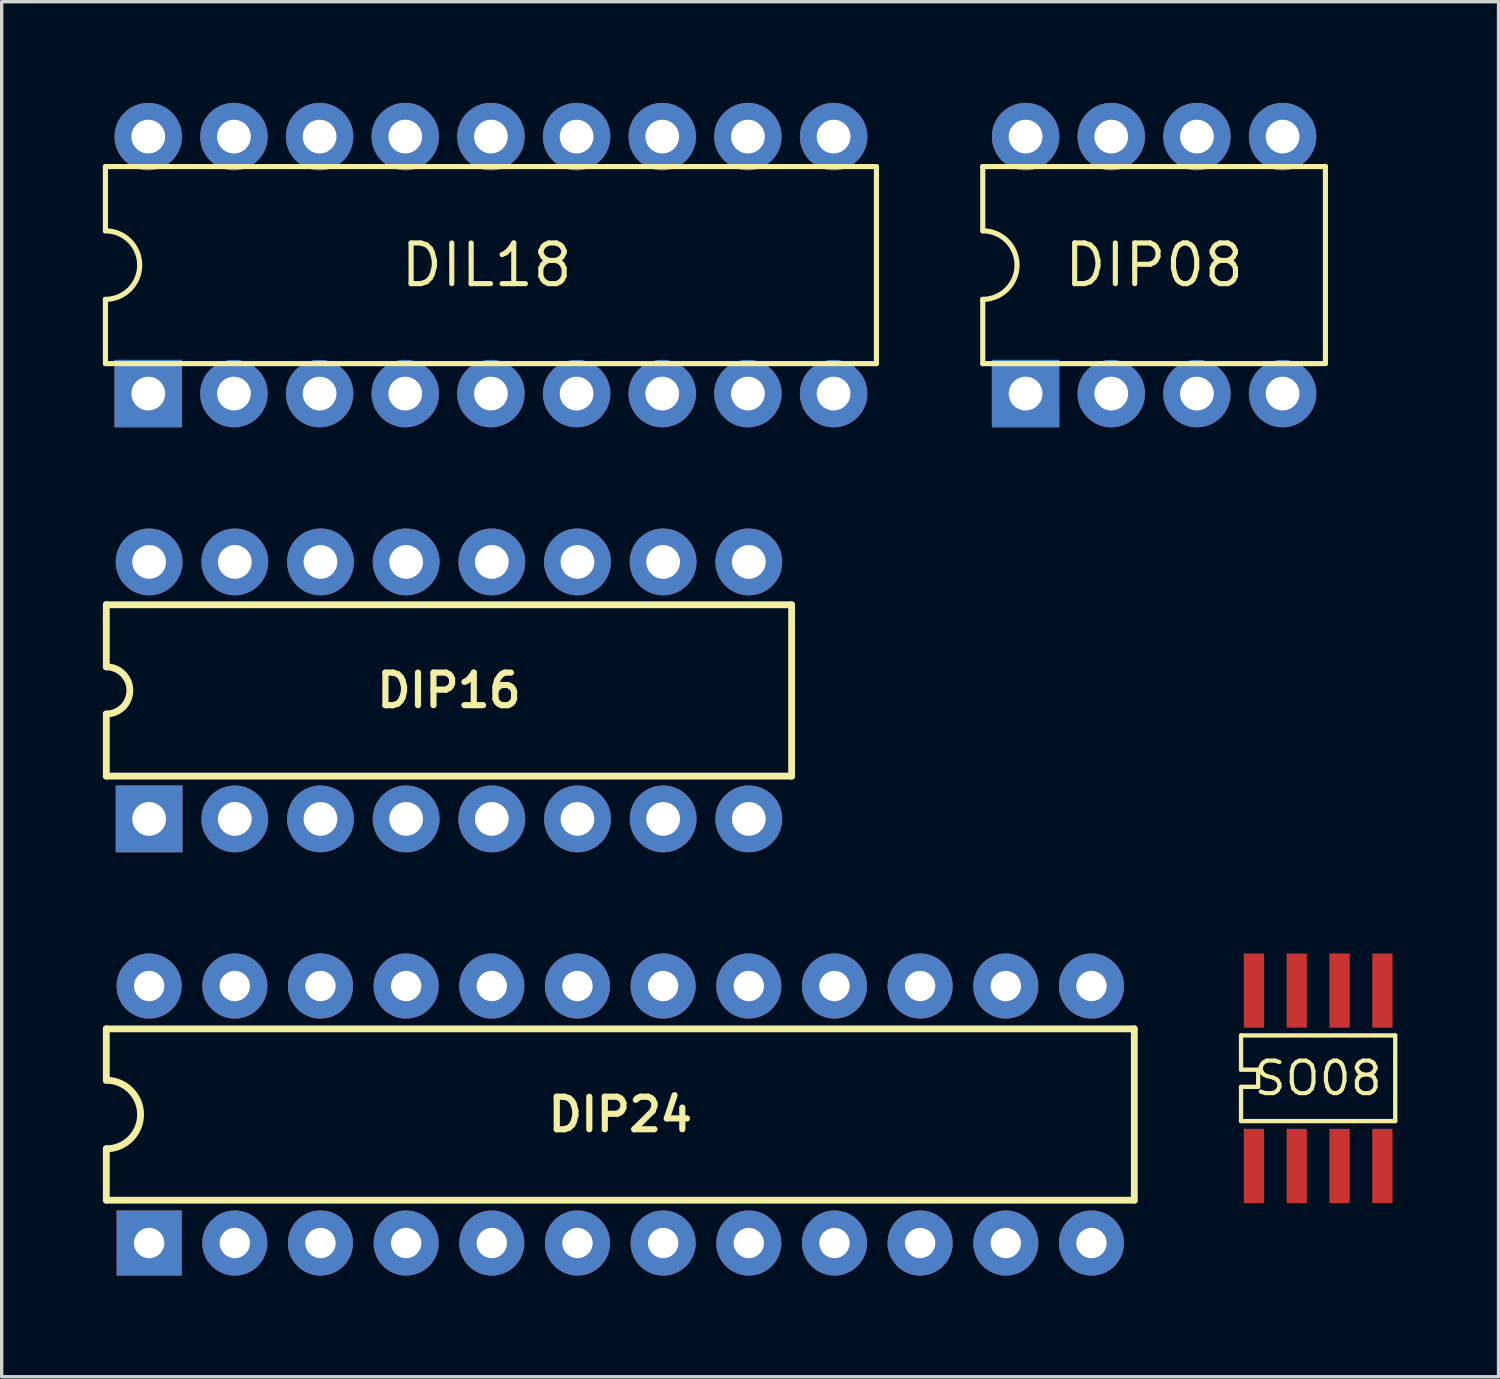
<source format=kicad_pcb>
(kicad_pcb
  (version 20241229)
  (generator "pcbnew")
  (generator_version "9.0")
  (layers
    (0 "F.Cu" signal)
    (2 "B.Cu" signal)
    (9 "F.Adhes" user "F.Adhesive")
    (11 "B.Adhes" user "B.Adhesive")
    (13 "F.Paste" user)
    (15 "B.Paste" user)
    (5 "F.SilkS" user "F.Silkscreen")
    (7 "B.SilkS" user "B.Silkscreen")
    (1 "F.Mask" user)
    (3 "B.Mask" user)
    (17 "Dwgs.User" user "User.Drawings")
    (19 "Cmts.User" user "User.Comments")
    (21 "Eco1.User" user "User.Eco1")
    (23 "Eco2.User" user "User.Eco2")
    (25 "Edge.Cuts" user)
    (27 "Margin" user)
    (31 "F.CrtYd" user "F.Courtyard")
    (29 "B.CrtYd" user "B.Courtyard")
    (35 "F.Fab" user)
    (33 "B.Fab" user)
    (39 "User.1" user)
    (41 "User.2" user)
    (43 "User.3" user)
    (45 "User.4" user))
  (footprint "DIP08"
    (layer "F.Cu")
    (at 31.169 4.81)
    (property "Reference" "DIP08" (at 0 0 0) (layer "F.SilkS") (effects (font (size 1.206 1.206) (thickness 0.152))))
    (attr through_hole)
    (fp_line (start -5.08 -2.921) (end -5.08 -1.016) (stroke (width 0.152) (type solid)) (layer "F.SilkS"))
    (fp_line (start -5.08 2.921) (end -5.08 1.016) (stroke (width 0.152) (type solid)) (layer "F.SilkS"))
    (fp_line (start -5.08 2.921) (end 5.08 2.921) (stroke (width 0.152) (type solid)) (layer "F.SilkS"))
    (fp_line (start 5.08 -2.921) (end -5.08 -2.921) (stroke (width 0.152) (type solid)) (layer "F.SilkS"))
    (fp_line (start 5.08 -2.921) (end 5.08 2.921) (stroke (width 0.152) (type solid)) (layer "F.SilkS"))
    (fp_arc (start -5.08 -1.016) (mid -4.064 0) (end -5.08 1.016) (stroke (width 0.1524) (type solid)) (layer "F.SilkS"))
    (pad "1" thru_hole rect (at -3.81 3.81 90) (size 2 2) (drill 1) (layers "*.Cu" "*.Mask"))
    (pad "2" thru_hole oval (at -1.27 3.81 90) (size 2 2) (drill 1) (layers "*.Cu" "*.Mask"))
    (pad "3" thru_hole oval (at 1.27 3.81 90) (size 2 2) (drill 1) (layers "*.Cu" "*.Mask"))
    (pad "4" thru_hole oval (at 3.81 3.81 90) (size 2 2) (drill 1) (layers "*.Cu" "*.Mask"))
    (pad "5" thru_hole oval (at 3.81 -3.81 90) (size 2 2) (drill 1) (layers "*.Cu" "*.Mask"))
    (pad "6" thru_hole oval (at 1.27 -3.81 90) (size 2 2) (drill 1) (layers "*.Cu" "*.Mask"))
    (pad "7" thru_hole oval (at -1.27 -3.81 90) (size 2 2) (drill 1) (layers "*.Cu" "*.Mask"))
    (pad "8" thru_hole oval (at -3.81 -3.81 90) (size 2 2) (drill 1) (layers "*.Cu" "*.Mask")))
  (footprint "DIP24"
    (layer "F.Cu")
    (at 15.342 29.996)
    (property "Reference" "DIP24" (at 0 0 0) (layer "F.SilkS") (effects (font (size 0.965 0.965) (thickness 0.183))))
    (attr through_hole)
    (fp_line (start -15.24 -2.54) (end -15.24 -1.016) (stroke (width 0.203) (type solid)) (layer "F.SilkS"))
    (fp_line (start -15.24 2.54) (end -15.24 1.016) (stroke (width 0.203) (type solid)) (layer "F.SilkS"))
    (fp_line (start -15.24 2.54) (end 15.24 2.54) (stroke (width 0.203) (type solid)) (layer "F.SilkS"))
    (fp_line (start 15.24 -2.54) (end -15.24 -2.54) (stroke (width 0.203) (type solid)) (layer "F.SilkS"))
    (fp_line (start 15.24 -2.54) (end 15.24 2.54) (stroke (width 0.203) (type solid)) (layer "F.SilkS"))
    (fp_arc (start -15.24 -1.016) (mid -14.224 0) (end -15.24 1.016) (stroke (width 0.2032) (type solid)) (layer "F.SilkS"))
    (pad "1" thru_hole rect (at -13.97 3.81 90) (size 1.93 1.93) (drill 0.9) (layers "*.Cu" "*.Mask"))
    (pad "2" thru_hole oval (at -11.43 3.81 90) (size 1.93 1.93) (drill 0.9) (layers "*.Cu" "*.Mask"))
    (pad "3" thru_hole oval (at -8.89 3.81 90) (size 1.93 1.93) (drill 0.9) (layers "*.Cu" "*.Mask"))
    (pad "4" thru_hole oval (at -6.35 3.81 90) (size 1.93 1.93) (drill 0.9) (layers "*.Cu" "*.Mask"))
    (pad "5" thru_hole oval (at -3.81 3.81 90) (size 1.93 1.93) (drill 0.9) (layers "*.Cu" "*.Mask"))
    (pad "6" thru_hole oval (at -1.27 3.81 90) (size 1.93 1.93) (drill 0.9) (layers "*.Cu" "*.Mask"))
    (pad "7" thru_hole oval (at 1.27 3.81 90) (size 1.93 1.93) (drill 0.9) (layers "*.Cu" "*.Mask"))
    (pad "8" thru_hole oval (at 3.81 3.81 90) (size 1.93 1.93) (drill 0.9) (layers "*.Cu" "*.Mask"))
    (pad "9" thru_hole oval (at 6.35 3.81 90) (size 1.93 1.93) (drill 0.9) (layers "*.Cu" "*.Mask"))
    (pad "10" thru_hole oval (at 8.89 3.81 90) (size 1.93 1.93) (drill 0.9) (layers "*.Cu" "*.Mask"))
    (pad "11" thru_hole oval (at 11.43 3.81 90) (size 1.93 1.93) (drill 0.9) (layers "*.Cu" "*.Mask"))
    (pad "12" thru_hole oval (at 13.97 3.81 90) (size 1.93 1.93) (drill 0.9) (layers "*.Cu" "*.Mask"))
    (pad "13" thru_hole oval (at 13.97 -3.81 90) (size 1.93 1.93) (drill 0.9) (layers "*.Cu" "*.Mask"))
    (pad "14" thru_hole oval (at 11.43 -3.81 90) (size 1.93 1.93) (drill 0.9) (layers "*.Cu" "*.Mask"))
    (pad "15" thru_hole oval (at 8.89 -3.81 90) (size 1.93 1.93) (drill 0.9) (layers "*.Cu" "*.Mask"))
    (pad "16" thru_hole oval (at 6.35 -3.81 90) (size 1.93 1.93) (drill 0.9) (layers "*.Cu" "*.Mask"))
    (pad "17" thru_hole oval (at 3.81 -3.81 90) (size 1.93 1.93) (drill 0.9) (layers "*.Cu" "*.Mask"))
    (pad "18" thru_hole oval (at 1.27 -3.81 90) (size 1.93 1.93) (drill 0.9) (layers "*.Cu" "*.Mask"))
    (pad "19" thru_hole oval (at -1.27 -3.81 90) (size 1.93 1.93) (drill 0.9) (layers "*.Cu" "*.Mask"))
    (pad "20" thru_hole oval (at -3.81 -3.81 90) (size 1.93 1.93) (drill 0.9) (layers "*.Cu" "*.Mask"))
    (pad "21" thru_hole oval (at -6.35 -3.81 90) (size 1.93 1.93) (drill 0.9) (layers "*.Cu" "*.Mask"))
    (pad "22" thru_hole oval (at -8.89 -3.81 90) (size 1.93 1.93) (drill 0.9) (layers "*.Cu" "*.Mask"))
    (pad "23" thru_hole oval (at -11.43 -3.81 90) (size 1.93 1.93) (drill 0.9) (layers "*.Cu" "*.Mask"))
    (pad "24" thru_hole oval (at -13.97 -3.81 90) (size 1.93 1.93) (drill 0.9) (layers "*.Cu" "*.Mask")))
  (footprint "DIP16"
    (layer "F.Cu")
    (at 10.262 17.421)
    (property "Reference" "DIP16" (at 0 0 0) (layer "F.SilkS") (effects (font (size 0.965 0.965) (thickness 0.183))))
    (attr through_hole)
    (fp_line (start -10.16 -2.54) (end -10.16 -0.699) (stroke (width 0.203) (type solid)) (layer "F.SilkS"))
    (fp_line (start -10.16 2.54) (end -10.16 0.699) (stroke (width 0.203) (type solid)) (layer "F.SilkS"))
    (fp_line (start -10.16 2.54) (end 10.16 2.54) (stroke (width 0.203) (type solid)) (layer "F.SilkS"))
    (fp_line (start 10.16 -2.54) (end -10.16 -2.54) (stroke (width 0.203) (type solid)) (layer "F.SilkS"))
    (fp_line (start 10.16 -2.54) (end 10.16 2.54) (stroke (width 0.203) (type solid)) (layer "F.SilkS"))
    (fp_arc (start -10.16 -0.6985) (mid -9.4615 0) (end -10.16 0.6985) (stroke (width 0.2032) (type solid)) (layer "F.SilkS"))
    (pad "1" thru_hole rect (at -8.89 3.81 90) (size 1.981 1.981) (drill 1) (layers "*.Cu" "*.Mask"))
    (pad "2" thru_hole oval (at -6.35 3.81 90) (size 1.981 1.981) (drill 1) (layers "*.Cu" "*.Mask"))
    (pad "3" thru_hole oval (at -3.81 3.81 90) (size 1.981 1.981) (drill 1) (layers "*.Cu" "*.Mask"))
    (pad "4" thru_hole oval (at -1.27 3.81 90) (size 1.981 1.981) (drill 1) (layers "*.Cu" "*.Mask"))
    (pad "5" thru_hole oval (at 1.27 3.81 90) (size 1.981 1.981) (drill 1) (layers "*.Cu" "*.Mask"))
    (pad "6" thru_hole oval (at 3.81 3.81 90) (size 1.981 1.981) (drill 1) (layers "*.Cu" "*.Mask"))
    (pad "7" thru_hole oval (at 6.35 3.81 90) (size 1.981 1.981) (drill 1) (layers "*.Cu" "*.Mask"))
    (pad "8" thru_hole oval (at 8.89 3.81 90) (size 1.981 1.981) (drill 1) (layers "*.Cu" "*.Mask"))
    (pad "9" thru_hole oval (at 8.89 -3.81 90) (size 1.981 1.981) (drill 1) (layers "*.Cu" "*.Mask"))
    (pad "10" thru_hole oval (at 6.35 -3.81 90) (size 1.981 1.981) (drill 1) (layers "*.Cu" "*.Mask"))
    (pad "11" thru_hole oval (at 3.81 -3.81 90) (size 1.981 1.981) (drill 1) (layers "*.Cu" "*.Mask"))
    (pad "12" thru_hole oval (at 1.27 -3.81 90) (size 1.981 1.981) (drill 1) (layers "*.Cu" "*.Mask"))
    (pad "13" thru_hole oval (at -1.27 -3.81 90) (size 1.981 1.981) (drill 1) (layers "*.Cu" "*.Mask"))
    (pad "14" thru_hole oval (at -3.81 -3.81 90) (size 1.981 1.981) (drill 1) (layers "*.Cu" "*.Mask"))
    (pad "15" thru_hole oval (at -6.35 -3.81 90) (size 1.981 1.981) (drill 1) (layers "*.Cu" "*.Mask"))
    (pad "16" thru_hole oval (at -8.89 -3.81 90) (size 1.981 1.981) (drill 1) (layers "*.Cu" "*.Mask")))
  (footprint "SO08"
    (layer "F.Cu")
    (at 36.033 28.921)
    (property "Reference" "SO08" (at 0 0 0) (layer "F.SilkS") (effects (font (size 0.965 0.965) (thickness 0.122))))
    (attr through_hole)
    (fp_line (start -2.286 -1.27) (end 2.286 -1.27) (stroke (width 0.127) (type solid)) (layer "F.SilkS"))
    (fp_line (start -2.286 -0.254) (end -2.286 -1.27) (stroke (width 0.127) (type solid)) (layer "F.SilkS"))
    (fp_line (start -2.286 0.254) (end -1.778 0.254) (stroke (width 0.127) (type solid)) (layer "F.SilkS"))
    (fp_line (start -2.286 1.27) (end -2.286 0.254) (stroke (width 0.127) (type solid)) (layer "F.SilkS"))
    (fp_line (start -1.778 -0.254) (end -2.286 -0.254) (stroke (width 0.127) (type solid)) (layer "F.SilkS"))
    (fp_line (start -1.778 0.254) (end -1.778 -0.254) (stroke (width 0.127) (type solid)) (layer "F.SilkS"))
    (fp_line (start 2.286 -1.27) (end 2.286 1.27) (stroke (width 0.127) (type solid)) (layer "F.SilkS"))
    (fp_line (start 2.286 1.27) (end -2.286 1.27) (stroke (width 0.127) (type solid)) (layer "F.SilkS"))
    (pad "1" smd rect (at -1.905 2.6) (size 0.6 2.2) (layers "F.Cu" "F.Mask" "F.Paste"))
    (pad "2" smd rect (at -0.635 2.6) (size 0.6 2.2) (layers "F.Cu" "F.Mask" "F.Paste"))
    (pad "3" smd rect (at 0.635 2.6) (size 0.6 2.2) (layers "F.Cu" "F.Mask" "F.Paste"))
    (pad "4" smd rect (at 1.905 2.6) (size 0.6 2.2) (layers "F.Cu" "F.Mask" "F.Paste"))
    (pad "5" smd rect (at 1.905 -2.6) (size 0.6 2.2) (layers "F.Cu" "F.Mask" "F.Paste"))
    (pad "6" smd rect (at 0.635 -2.6) (size 0.6 2.2) (layers "F.Cu" "F.Mask" "F.Paste"))
    (pad "7" smd rect (at -0.635 -2.6) (size 0.6 2.2) (layers "F.Cu" "F.Mask" "F.Paste"))
    (pad "8" smd rect (at -1.905 -2.6) (size 0.6 2.2) (layers "F.Cu" "F.Mask" "F.Paste")))
  (footprint "DIL18"
    (layer "F.Cu")
    (at 11.506 4.81)
    (property "Reference" "DIL18" (at -0.127 0 0) (layer "F.SilkS") (effects (font (size 1.206 1.206) (thickness 0.152))))
    (attr through_hole)
    (fp_line (start -11.43 -2.921) (end -11.43 -1.016) (stroke (width 0.152) (type solid)) (layer "F.SilkS"))
    (fp_line (start -11.43 2.921) (end -11.43 1.016) (stroke (width 0.152) (type solid)) (layer "F.SilkS"))
    (fp_line (start -11.43 2.921) (end 11.43 2.921) (stroke (width 0.152) (type solid)) (layer "F.SilkS"))
    (fp_line (start 11.43 -2.921) (end -11.43 -2.921) (stroke (width 0.152) (type solid)) (layer "F.SilkS"))
    (fp_line (start 11.43 -2.921) (end 11.43 2.921) (stroke (width 0.152) (type solid)) (layer "F.SilkS"))
    (fp_arc (start -11.43 -1.016) (mid -10.414 0) (end -11.43 1.016) (stroke (width 0.1524) (type solid)) (layer "F.SilkS"))
    (pad "1" thru_hole rect (at -10.16 3.81 90) (size 2 2) (drill 1) (layers "*.Cu" "*.Mask"))
    (pad "2" thru_hole oval (at -7.62 3.81 90) (size 2 2) (drill 1) (layers "*.Cu" "*.Mask"))
    (pad "3" thru_hole oval (at -5.08 3.81 90) (size 2 2) (drill 1) (layers "*.Cu" "*.Mask"))
    (pad "4" thru_hole oval (at -2.54 3.81 90) (size 2 2) (drill 1) (layers "*.Cu" "*.Mask"))
    (pad "5" thru_hole oval (at 0 3.81 90) (size 2 2) (drill 1) (layers "*.Cu" "*.Mask"))
    (pad "6" thru_hole oval (at 2.54 3.81 90) (size 2 2) (drill 1) (layers "*.Cu" "*.Mask"))
    (pad "7" thru_hole oval (at 5.08 3.81 90) (size 2 2) (drill 1) (layers "*.Cu" "*.Mask"))
    (pad "8" thru_hole oval (at 7.62 3.81 90) (size 2 2) (drill 1) (layers "*.Cu" "*.Mask"))
    (pad "9" thru_hole oval (at 10.16 3.81 90) (size 2 2) (drill 1) (layers "*.Cu" "*.Mask"))
    (pad "10" thru_hole oval (at 10.16 -3.81 90) (size 2 2) (drill 1) (layers "*.Cu" "*.Mask"))
    (pad "11" thru_hole oval (at 7.62 -3.81 90) (size 2 2) (drill 1) (layers "*.Cu" "*.Mask"))
    (pad "12" thru_hole oval (at 5.08 -3.81 90) (size 2 2) (drill 1) (layers "*.Cu" "*.Mask"))
    (pad "13" thru_hole oval (at 2.54 -3.81 90) (size 2 2) (drill 1) (layers "*.Cu" "*.Mask"))
    (pad "14" thru_hole oval (at 0 -3.81 90) (size 2 2) (drill 1) (layers "*.Cu" "*.Mask"))
    (pad "15" thru_hole oval (at -2.54 -3.81 90) (size 2 2) (drill 1) (layers "*.Cu" "*.Mask"))
    (pad "16" thru_hole oval (at -5.08 -3.81 90) (size 2 2) (drill 1) (layers "*.Cu" "*.Mask"))
    (pad "17" thru_hole oval (at -7.62 -3.81 90) (size 2 2) (drill 1) (layers "*.Cu" "*.Mask"))
    (pad "18" thru_hole oval (at -10.16 -3.81 90) (size 2 2) (drill 1) (layers "*.Cu" "*.Mask")))
  (gr_rect
    (start -3 -3)
    (end 41.382 37.772)
    (stroke (width 0.1) (type default))
    (fill no)
    (layer "Edge.Cuts")))
</source>
